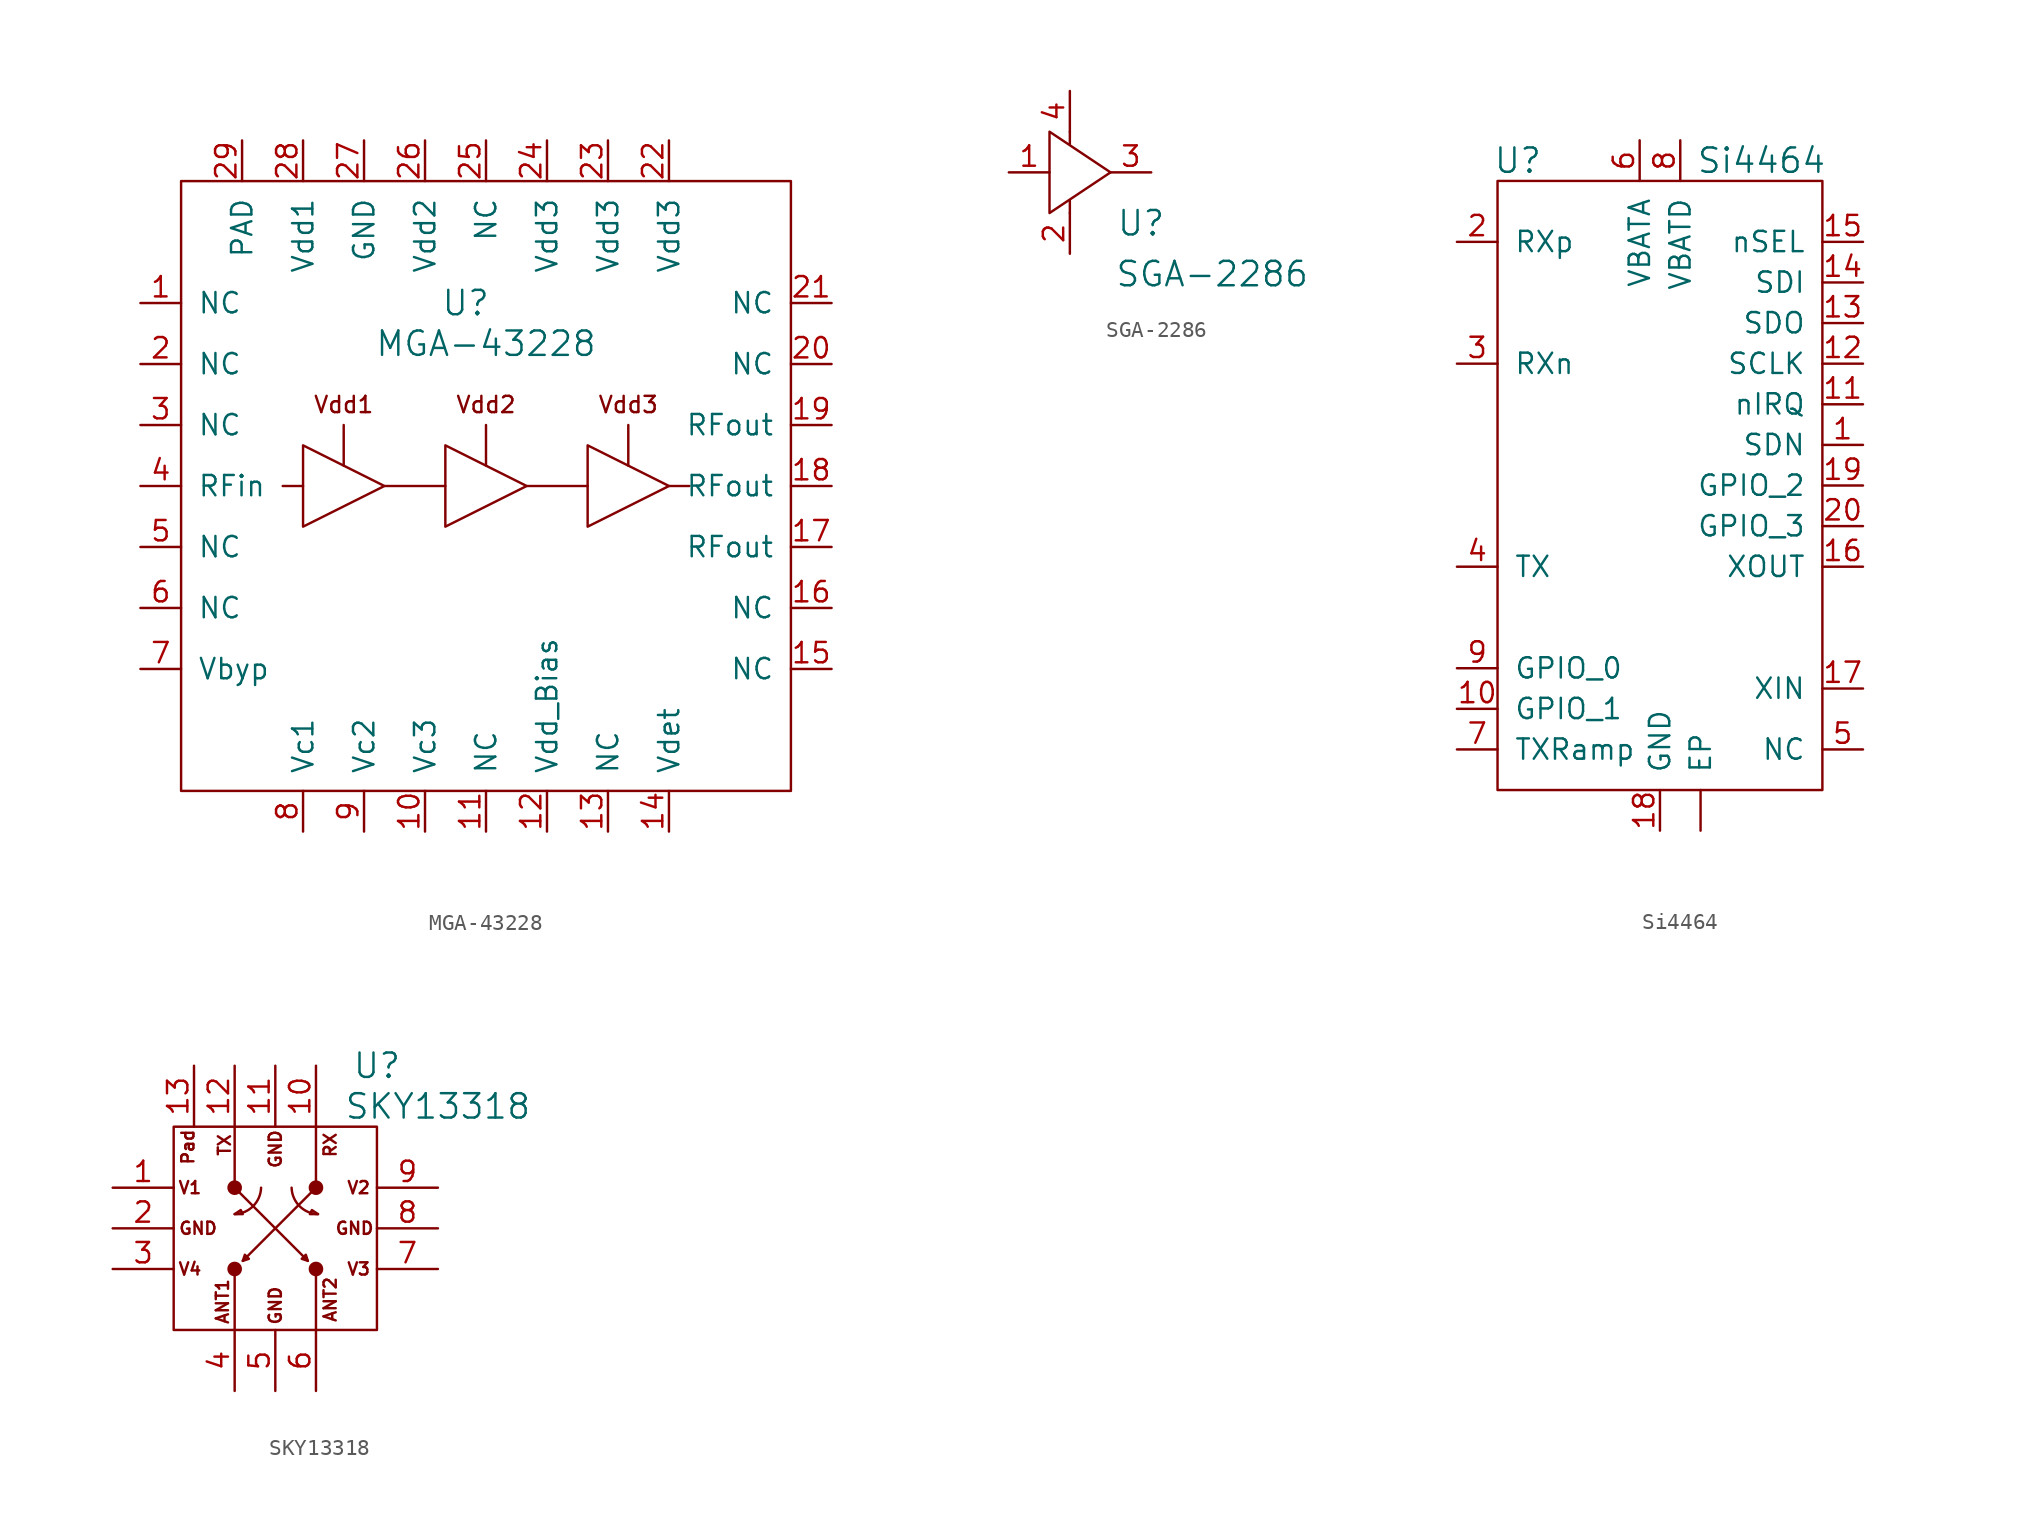
<source format=kicad_sym>
(kicad_symbol_lib
  (version 20211014)
  (generator kicad_symbol_editor)
  (symbol "MGA-43228"
    (pin_names
      (offset 1.016))
    (property "Reference" "U"
      (at -1.27 11.43 0)
      (effects (font (size 1.524 1.524))))
    (property "Value" "MGA-43228"
      (at 0 8.89 0)
      (effects (font (size 1.524 1.524))))
    (symbol "MGA-43228_0_0"
      (text "Vdd1" (at -8.89 5.08 0) (effects (font (size 1.016 1.016))))
      (text "Vdd2" (at 0 5.08 0) (effects (font (size 1.016 1.016))))
      (text "Vdd3" (at 8.89 5.08 0) (effects (font (size 1.016 1.016)))))
    (symbol "MGA-43228_0_1"
      (rectangle (start -19.05 19.05) (end 19.05 -19.05) (stroke (width 0) (type default) (color 0 0 0 0)) (fill (type none)))
      (polyline (pts (xy -11.43 0) (xy -12.7 0)) (stroke (width 0) (type default) (color 0 0 0 0)) (fill (type none)))
      (polyline (pts (xy -8.89 1.27) (xy -8.89 3.81)) (stroke (width 0) (type default) (color 0 0 0 0)) (fill (type none)))
      (polyline (pts (xy -2.54 0) (xy -6.35 0)) (stroke (width 0) (type default) (color 0 0 0 0)) (fill (type none)))
      (polyline (pts (xy 0 1.27) (xy 0 3.81)) (stroke (width 0) (type default) (color 0 0 0 0)) (fill (type none)))
      (polyline (pts (xy 6.35 0) (xy 2.54 0)) (stroke (width 0) (type default) (color 0 0 0 0)) (fill (type none)))
      (polyline (pts (xy 8.89 1.27) (xy 8.89 3.81)) (stroke (width 0) (type default) (color 0 0 0 0)) (fill (type none)))
      (polyline (pts (xy 11.43 0) (xy 12.7 0)) (stroke (width 0) (type default) (color 0 0 0 0)) (fill (type none)))
      (polyline (pts (xy -11.43 2.54) (xy -11.43 -2.54) (xy -6.35 0) (xy -11.43 2.54)) (stroke (width 0) (type default) (color 0 0 0 0)) (fill (type none)))
      (polyline (pts (xy -2.54 2.54) (xy -2.54 -2.54) (xy 2.54 0) (xy -2.54 2.54)) (stroke (width 0) (type default) (color 0 0 0 0)) (fill (type none)))
      (polyline (pts (xy 6.35 2.54) (xy 6.35 -2.54) (xy 11.43 0) (xy 6.35 2.54)) (stroke (width 0) (type default) (color 0 0 0 0)) (fill (type none))))
    (symbol "MGA-43228_1_1"
      (pin passive line (at -21.59 11.43 0) (length 2.54) (name "NC" (effects (font (size 1.27 1.27)))) (number "1" (effects (font (size 1.27 1.27)))))
      (pin passive line (at -3.81 -21.59 90) (length 2.54) (name "Vc3" (effects (font (size 1.27 1.27)))) (number "10" (effects (font (size 1.27 1.27)))))
      (pin passive line (at 0 -21.59 90) (length 2.54) (name "NC" (effects (font (size 1.27 1.27)))) (number "11" (effects (font (size 1.27 1.27)))))
      (pin passive line (at 3.81 -21.59 90) (length 2.54) (name "Vdd_Bias" (effects (font (size 1.27 1.27)))) (number "12" (effects (font (size 1.27 1.27)))))
      (pin passive line (at 7.62 -21.59 90) (length 2.54) (name "NC" (effects (font (size 1.27 1.27)))) (number "13" (effects (font (size 1.27 1.27)))))
      (pin passive line (at 11.43 -21.59 90) (length 2.54) (name "Vdet" (effects (font (size 1.27 1.27)))) (number "14" (effects (font (size 1.27 1.27)))))
      (pin passive line (at 21.59 -11.43 180) (length 2.54) (name "NC" (effects (font (size 1.27 1.27)))) (number "15" (effects (font (size 1.27 1.27)))))
      (pin passive line (at 21.59 -7.62 180) (length 2.54) (name "NC" (effects (font (size 1.27 1.27)))) (number "16" (effects (font (size 1.27 1.27)))))
      (pin passive line (at 21.59 -3.81 180) (length 2.54) (name "RFout" (effects (font (size 1.27 1.27)))) (number "17" (effects (font (size 1.27 1.27)))))
      (pin passive line (at 21.59 0 180) (length 2.54) (name "RFout" (effects (font (size 1.27 1.27)))) (number "18" (effects (font (size 1.27 1.27)))))
      (pin passive line (at 21.59 3.81 180) (length 2.54) (name "RFout" (effects (font (size 1.27 1.27)))) (number "19" (effects (font (size 1.27 1.27)))))
      (pin passive line (at -21.59 7.62 0) (length 2.54) (name "NC" (effects (font (size 1.27 1.27)))) (number "2" (effects (font (size 1.27 1.27)))))
      (pin passive line (at 21.59 7.62 180) (length 2.54) (name "NC" (effects (font (size 1.27 1.27)))) (number "20" (effects (font (size 1.27 1.27)))))
      (pin passive line (at 21.59 11.43 180) (length 2.54) (name "NC" (effects (font (size 1.27 1.27)))) (number "21" (effects (font (size 1.27 1.27)))))
      (pin passive line (at 11.43 21.59 270) (length 2.54) (name "Vdd3" (effects (font (size 1.27 1.27)))) (number "22" (effects (font (size 1.27 1.27)))))
      (pin passive line (at 7.62 21.59 270) (length 2.54) (name "Vdd3" (effects (font (size 1.27 1.27)))) (number "23" (effects (font (size 1.27 1.27)))))
      (pin passive line (at 3.81 21.59 270) (length 2.54) (name "Vdd3" (effects (font (size 1.27 1.27)))) (number "24" (effects (font (size 1.27 1.27)))))
      (pin passive line (at 0 21.59 270) (length 2.54) (name "NC" (effects (font (size 1.27 1.27)))) (number "25" (effects (font (size 1.27 1.27)))))
      (pin passive line (at -3.81 21.59 270) (length 2.54) (name "Vdd2" (effects (font (size 1.27 1.27)))) (number "26" (effects (font (size 1.27 1.27)))))
      (pin passive line (at -7.62 21.59 270) (length 2.54) (name "GND" (effects (font (size 1.27 1.27)))) (number "27" (effects (font (size 1.27 1.27)))))
      (pin passive line (at -11.43 21.59 270) (length 2.54) (name "Vdd1" (effects (font (size 1.27 1.27)))) (number "28" (effects (font (size 1.27 1.27)))))
      (pin passive line (at -15.24 21.59 270) (length 2.54) (name "PAD" (effects (font (size 1.27 1.27)))) (number "29" (effects (font (size 1.27 1.27)))))
      (pin passive line (at -21.59 3.81 0) (length 2.54) (name "NC" (effects (font (size 1.27 1.27)))) (number "3" (effects (font (size 1.27 1.27)))))
      (pin passive line (at -21.59 0 0) (length 2.54) (name "RFin" (effects (font (size 1.27 1.27)))) (number "4" (effects (font (size 1.27 1.27)))))
      (pin passive line (at -21.59 -3.81 0) (length 2.54) (name "NC" (effects (font (size 1.27 1.27)))) (number "5" (effects (font (size 1.27 1.27)))))
      (pin passive line (at -21.59 -7.62 0) (length 2.54) (name "NC" (effects (font (size 1.27 1.27)))) (number "6" (effects (font (size 1.27 1.27)))))
      (pin passive line (at -21.59 -11.43 0) (length 2.54) (name "Vbyp" (effects (font (size 1.27 1.27)))) (number "7" (effects (font (size 1.27 1.27)))))
      (pin passive line (at -11.43 -21.59 90) (length 2.54) (name "Vc1" (effects (font (size 1.27 1.27)))) (number "8" (effects (font (size 1.27 1.27)))))
      (pin passive line (at -7.62 -21.59 90) (length 2.54) (name "Vc2" (effects (font (size 1.27 1.27)))) (number "9" (effects (font (size 1.27 1.27)))))))
  (symbol "SGA-2286"
    (pin_names
      (offset 1.016) hide)
    (property "Reference" "U"
      (at 4.445 -3.175 0)
      (effects (font (size 1.524 1.524))))
    (property "Value" "SGA-2286"
      (at 8.89 -6.35 0)
      (effects (font (size 1.524 1.524))))
    (symbol "SGA-2286_0_1"
      (polyline (pts (xy 0 -2.54) (xy 0 -1.778)) (stroke (width 0) (type default) (color 0 0 0 0)) (fill (type none)))
      (polyline (pts (xy 0 2.54) (xy 0 1.778)) (stroke (width 0) (type default) (color 0 0 0 0)) (fill (type none)))
      (polyline (pts (xy -1.27 2.54) (xy 2.54 0) (xy -1.27 -2.54) (xy -1.27 2.54)) (stroke (width 0) (type default) (color 0 0 0 0)) (fill (type none))))
    (symbol "SGA-2286_1_1"
      (pin input line (at -3.81 0 0) (length 2.54) (name "IN" (effects (font (size 1.27 1.27)))) (number "1" (effects (font (size 1.27 1.27)))))
      (pin passive line (at 0 -5.08 90) (length 2.54) (name "GND" (effects (font (size 1.27 1.27)))) (number "2" (effects (font (size 1.27 1.27)))))
      (pin open_collector line (at 5.08 0 180) (length 2.54) (name "OUT" (effects (font (size 1.27 1.27)))) (number "3" (effects (font (size 1.27 1.27)))))
      (pin passive line (at 0 5.08 270) (length 2.54) (name "GND" (effects (font (size 1.27 1.27)))) (number "4" (effects (font (size 1.27 1.27)))))))
  (symbol "Si4464"
    (pin_names
      (offset 1.016))
    (property "Reference" "U"
      (at -8.89 20.32 0)
      (effects (font (size 1.524 1.524))))
    (property "Value" "Si4464"
      (at 6.35 20.32 0)
      (effects (font (size 1.524 1.524))))
    (property "Footprint" ""
      (at 15.24 -3.81 0)
      (effects (font (size 1.524 1.524))))
    (property "Datasheet" ""
      (at 15.24 -3.81 0)
      (effects (font (size 1.524 1.524))))
    (symbol "Si4464_0_1"
      (rectangle (start 10.16 -19.05) (end -10.16 19.05) (stroke (width 0) (type default) (color 0 0 0 0)) (fill (type none))))
    (symbol "Si4464_1_1"
      (pin input line (at 12.7 2.54 180) (length 2.54) (name "SDN" (effects (font (size 1.27 1.27)))) (number "1" (effects (font (size 1.27 1.27)))))
      (pin input line (at -12.7 -13.97 0) (length 2.54) (name "GPIO_1" (effects (font (size 1.27 1.27)))) (number "10" (effects (font (size 1.27 1.27)))))
      (pin input line (at 12.7 5.08 180) (length 2.54) (name "nIRQ" (effects (font (size 1.27 1.27)))) (number "11" (effects (font (size 1.27 1.27)))))
      (pin input line (at 12.7 7.62 180) (length 2.54) (name "SCLK" (effects (font (size 1.27 1.27)))) (number "12" (effects (font (size 1.27 1.27)))))
      (pin input line (at 12.7 10.16 180) (length 2.54) (name "SDO" (effects (font (size 1.27 1.27)))) (number "13" (effects (font (size 1.27 1.27)))))
      (pin input line (at 12.7 12.7 180) (length 2.54) (name "SDI" (effects (font (size 1.27 1.27)))) (number "14" (effects (font (size 1.27 1.27)))))
      (pin input line (at 12.7 15.24 180) (length 2.54) (name "nSEL" (effects (font (size 1.27 1.27)))) (number "15" (effects (font (size 1.27 1.27)))))
      (pin input line (at 12.7 -5.08 180) (length 2.54) (name "XOUT" (effects (font (size 1.27 1.27)))) (number "16" (effects (font (size 1.27 1.27)))))
      (pin input line (at 12.7 -12.7 180) (length 2.54) (name "XIN" (effects (font (size 1.27 1.27)))) (number "17" (effects (font (size 1.27 1.27)))))
      (pin input line (at 0 -21.59 90) (length 2.54) (name "GND" (effects (font (size 1.27 1.27)))) (number "18" (effects (font (size 1.27 1.27)))))
      (pin input line (at 12.7 0 180) (length 2.54) (name "GPIO_2" (effects (font (size 1.27 1.27)))) (number "19" (effects (font (size 1.27 1.27)))))
      (pin input line (at -12.7 15.24 0) (length 2.54) (name "RXp" (effects (font (size 1.27 1.27)))) (number "2" (effects (font (size 1.27 1.27)))))
      (pin input line (at 12.7 -2.54 180) (length 2.54) (name "GPIO_3" (effects (font (size 1.27 1.27)))) (number "20" (effects (font (size 1.27 1.27)))))
      (pin input line (at -12.7 7.62 0) (length 2.54) (name "RXn" (effects (font (size 1.27 1.27)))) (number "3" (effects (font (size 1.27 1.27)))))
      (pin input line (at -12.7 -5.08 0) (length 2.54) (name "TX" (effects (font (size 1.27 1.27)))) (number "4" (effects (font (size 1.27 1.27)))))
      (pin input line (at 12.7 -16.51 180) (length 2.54) (name "NC" (effects (font (size 1.27 1.27)))) (number "5" (effects (font (size 1.27 1.27)))))
      (pin input line (at -1.27 21.59 270) (length 2.54) (name "VBATA" (effects (font (size 1.27 1.27)))) (number "6" (effects (font (size 1.27 1.27)))))
      (pin input line (at -12.7 -16.51 0) (length 2.54) (name "TXRamp" (effects (font (size 1.27 1.27)))) (number "7" (effects (font (size 1.27 1.27)))))
      (pin input line (at 1.27 21.59 270) (length 2.54) (name "VBATD" (effects (font (size 1.27 1.27)))) (number "8" (effects (font (size 1.27 1.27)))))
      (pin input line (at -12.7 -11.43 0) (length 2.54) (name "GPIO_0" (effects (font (size 1.27 1.27)))) (number "9" (effects (font (size 1.27 1.27)))))
      (pin input line (at 2.54 -21.59 90) (length 2.54) (name "EP" (effects (font (size 1.27 1.27)))) (number "~" (effects (font (size 1.27 1.27)))))))
  (symbol "SKY13318"
    (pin_names
      (offset 1.016) hide)
    (property "Reference" "U"
      (at 6.35 10.16 0)
      (effects (font (size 1.524 1.524))))
    (property "Value" "SKY13318"
      (at 10.16 7.62 0)
      (effects (font (size 1.524 1.524))))
    (symbol "SKY13318_0_0"
      (text "ANT1" (at -3.302 -4.572 900) (effects (font (size 0.762 0.762))))
      (text "ANT2" (at 3.429 -4.445 900) (effects (font (size 0.762 0.762))))
      (text "GND" (at -4.826 0 0) (effects (font (size 0.762 0.762))))
      (text "GND" (at 0 -4.826 900) (effects (font (size 0.762 0.762))))
      (text "GND" (at 0 4.953 900) (effects (font (size 0.762 0.762))))
      (text "GND" (at 4.953 0 0) (effects (font (size 0.762 0.762))))
      (text "Pad" (at -5.461 5.08 900) (effects (font (size 0.762 0.762))))
      (text "RX" (at 3.429 5.207 900) (effects (font (size 0.762 0.762))))
      (text "TX" (at -3.175 5.207 900) (effects (font (size 0.762 0.762))))
      (text "V1" (at -5.334 2.54 0) (effects (font (size 0.762 0.762))))
      (text "V2" (at 5.207 2.54 0) (effects (font (size 0.762 0.762))))
      (text "V3" (at 5.207 -2.54 0) (effects (font (size 0.762 0.762))))
      (text "V4" (at -5.334 -2.54 0) (effects (font (size 0.762 0.762)))))
    (symbol "SKY13318_0_1"
      (rectangle (start -6.35 6.35) (end 6.35 -6.35) (stroke (width 0) (type default) (color 0 0 0 0)) (fill (type none)))
      (circle (center -2.54 -2.54) (radius 0.381) (stroke (width 0) (type default) (color 0 0 0 0)) (fill (type outline)))
      (arc (start -2.54 0.889) (mid -1.3869 1.3869) (end -0.889 2.54) (stroke (width 0) (type default) (color 0 0 0 0)) (fill (type none)))
      (circle (center -2.54 2.54) (radius 0.381) (stroke (width 0) (type default) (color 0 0 0 0)) (fill (type outline)))
      (polyline (pts (xy -2.54 -2.54) (xy -2.54 -6.35)) (stroke (width 0) (type default) (color 0 0 0 0)) (fill (type none)))
      (polyline (pts (xy -2.54 2.54) (xy -2.54 6.35)) (stroke (width 0) (type default) (color 0 0 0 0)) (fill (type none)))
      (polyline (pts (xy -2.54 2.54) (xy 2.032 -2.032)) (stroke (width 0) (type default) (color 0 0 0 0)) (fill (type none)))
      (polyline (pts (xy 2.54 -2.54) (xy 2.54 -6.35)) (stroke (width 0) (type default) (color 0 0 0 0)) (fill (type none)))
      (polyline (pts (xy 2.54 2.54) (xy -2.032 -2.032)) (stroke (width 0) (type default) (color 0 0 0 0)) (fill (type none)))
      (polyline (pts (xy 2.54 2.54) (xy 2.54 6.35)) (stroke (width 0) (type default) (color 0 0 0 0)) (fill (type none)))
      (polyline (pts (xy -2.54 0.889) (xy -2.159 1.143) (xy -2.032 0.889) (xy -2.54 0.889)) (stroke (width 0) (type default) (color 0 0 0 0)) (fill (type none)))
      (polyline (pts (xy -2.032 -2.032) (xy -1.651 -1.905) (xy -1.905 -1.651) (xy -2.032 -2.032)) (stroke (width 0) (type default) (color 0 0 0 0)) (fill (type none)))
      (polyline (pts (xy 2.032 -2.032) (xy 1.905 -1.651) (xy 1.651 -1.905) (xy 2.032 -2.032)) (stroke (width 0) (type default) (color 0 0 0 0)) (fill (type none)))
      (polyline (pts (xy 2.667 0.889) (xy 2.286 1.143) (xy 2.159 0.889) (xy 2.667 0.889)) (stroke (width 0) (type default) (color 0 0 0 0)) (fill (type none)))
      (arc (start 1.016 2.54) (mid 1.5139 1.3869) (end 2.667 0.889) (stroke (width 0) (type default) (color 0 0 0 0)) (fill (type none)))
      (circle (center 2.54 -2.54) (radius 0.381) (stroke (width 0) (type default) (color 0 0 0 0)) (fill (type outline)))
      (circle (center 2.54 2.54) (radius 0.381) (stroke (width 0) (type default) (color 0 0 0 0)) (fill (type outline))))
    (symbol "SKY13318_1_1"
      (pin input line (at -10.16 2.54 0) (length 3.81) (name "V1" (effects (font (size 1.27 1.27)))) (number "1" (effects (font (size 1.27 1.27)))))
      (pin passive line (at 2.54 10.16 270) (length 3.81) (name "RX" (effects (font (size 1.27 1.27)))) (number "10" (effects (font (size 1.27 1.27)))))
      (pin passive line (at 0 10.16 270) (length 3.81) (name "GND" (effects (font (size 1.27 1.27)))) (number "11" (effects (font (size 1.27 1.27)))))
      (pin passive line (at -2.54 10.16 270) (length 3.81) (name "TX" (effects (font (size 1.27 1.27)))) (number "12" (effects (font (size 1.27 1.27)))))
      (pin passive line (at -5.08 10.16 270) (length 3.81) (name "PAD" (effects (font (size 1.27 1.27)))) (number "13" (effects (font (size 1.27 1.27)))))
      (pin passive line (at -10.16 0 0) (length 3.81) (name "GND" (effects (font (size 1.27 1.27)))) (number "2" (effects (font (size 1.27 1.27)))))
      (pin passive line (at -10.16 -2.54 0) (length 3.81) (name "V4" (effects (font (size 1.27 1.27)))) (number "3" (effects (font (size 1.27 1.27)))))
      (pin passive line (at -2.54 -10.16 90) (length 3.81) (name "ANT1" (effects (font (size 1.27 1.27)))) (number "4" (effects (font (size 1.27 1.27)))))
      (pin passive line (at 0 -10.16 90) (length 3.81) (name "GND" (effects (font (size 1.27 1.27)))) (number "5" (effects (font (size 1.27 1.27)))))
      (pin passive line (at 2.54 -10.16 90) (length 3.81) (name "ANT2" (effects (font (size 1.27 1.27)))) (number "6" (effects (font (size 1.27 1.27)))))
      (pin passive line (at 10.16 -2.54 180) (length 3.81) (name "V3" (effects (font (size 1.27 1.27)))) (number "7" (effects (font (size 1.27 1.27)))))
      (pin passive line (at 10.16 0 180) (length 3.81) (name "GND" (effects (font (size 1.27 1.27)))) (number "8" (effects (font (size 1.27 1.27)))))
      (pin passive line (at 10.16 2.54 180) (length 3.81) (name "V2" (effects (font (size 1.27 1.27)))) (number "9" (effects (font (size 1.27 1.27))))))))
</source>
